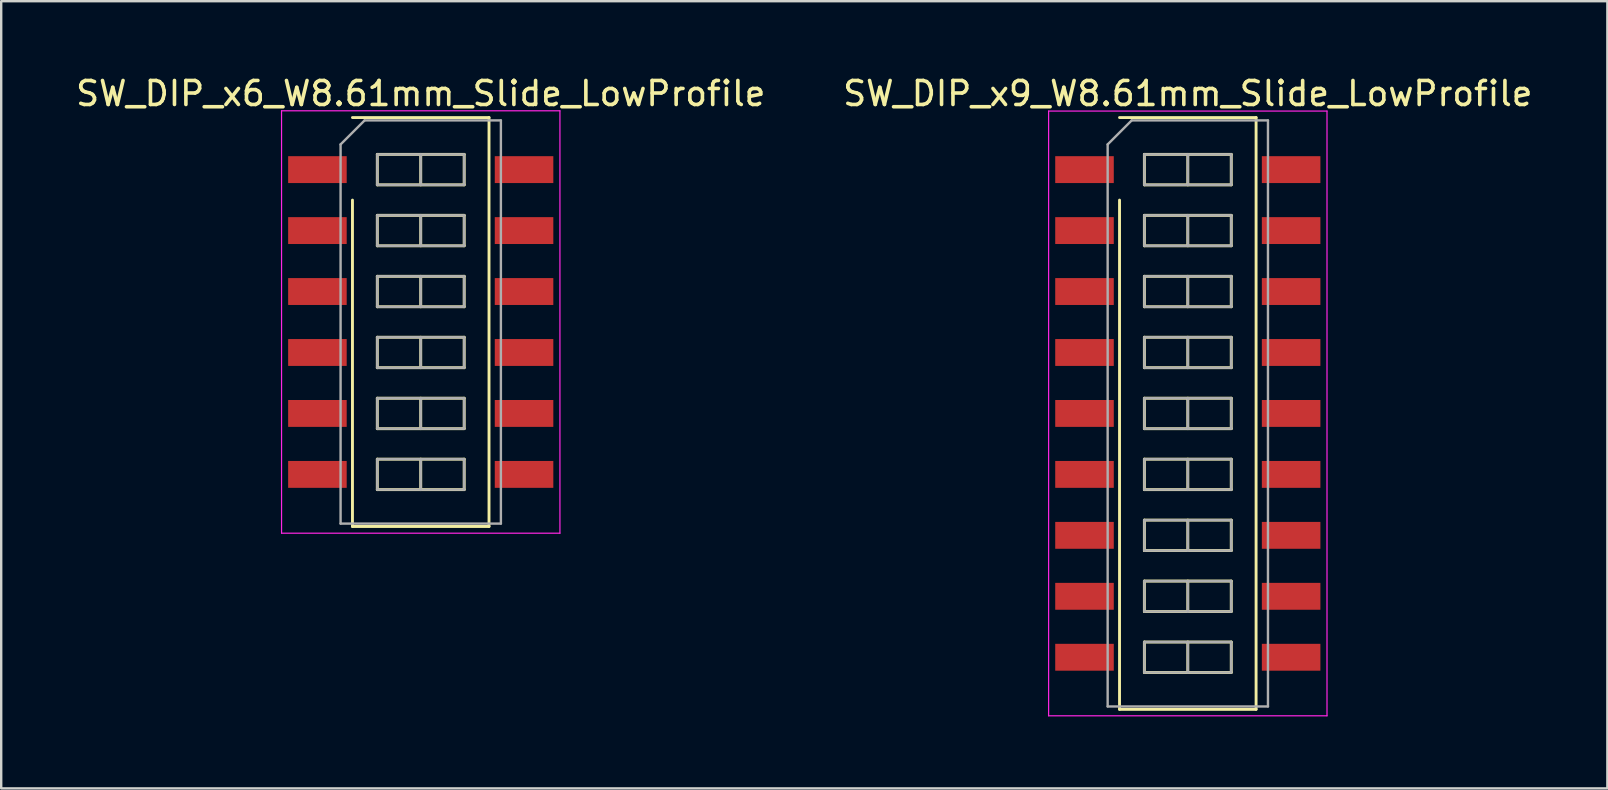
<source format=kicad_pcb>
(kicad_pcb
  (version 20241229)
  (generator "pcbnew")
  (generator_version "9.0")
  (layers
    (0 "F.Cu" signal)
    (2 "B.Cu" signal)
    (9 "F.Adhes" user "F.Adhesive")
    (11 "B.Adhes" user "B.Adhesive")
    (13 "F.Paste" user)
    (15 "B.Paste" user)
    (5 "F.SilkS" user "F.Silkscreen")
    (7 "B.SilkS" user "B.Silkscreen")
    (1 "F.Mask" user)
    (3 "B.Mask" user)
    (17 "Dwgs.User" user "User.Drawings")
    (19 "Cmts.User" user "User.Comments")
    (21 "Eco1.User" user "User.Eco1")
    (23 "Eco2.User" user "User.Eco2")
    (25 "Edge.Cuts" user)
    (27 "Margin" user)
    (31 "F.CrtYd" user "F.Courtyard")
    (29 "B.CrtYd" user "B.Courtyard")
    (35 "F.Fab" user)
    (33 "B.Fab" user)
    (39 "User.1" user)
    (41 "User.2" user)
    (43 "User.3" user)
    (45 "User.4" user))
  (footprint "SW_DIP_x6_W8.61mm_Slide_LowProfile"
    (layer "F.Cu")
    (at 14.482 10.368)
    (property "Reference" "SW_DIP_x6_W8.61mm_Slide_LowProfile" (at 0 -9.52 0) (layer "F.SilkS") (effects (font (size 1 1) (thickness 0.15))))
    (attr smd)
    (fp_line (start -2.845 -8.52) (end 2.845 -8.52) (stroke (width 0.12) (type solid)) (layer "F.SilkS"))
    (fp_line (start -2.845 8.52) (end -2.845 -5.08) (stroke (width 0.12) (type solid)) (layer "F.SilkS"))
    (fp_line (start -1.81 -6.985) (end -1.81 -5.715) (stroke (width 0.12) (type solid)) (layer "F.SilkS"))
    (fp_line (start -1.81 -5.715) (end 1.81 -5.715) (stroke (width 0.12) (type solid)) (layer "F.SilkS"))
    (fp_line (start -1.81 -4.445) (end -1.81 -3.175) (stroke (width 0.12) (type solid)) (layer "F.SilkS"))
    (fp_line (start -1.81 -3.175) (end 1.81 -3.175) (stroke (width 0.12) (type solid)) (layer "F.SilkS"))
    (fp_line (start -1.81 -1.905) (end -1.81 -0.635) (stroke (width 0.12) (type solid)) (layer "F.SilkS"))
    (fp_line (start -1.81 -0.635) (end 1.81 -0.635) (stroke (width 0.12) (type solid)) (layer "F.SilkS"))
    (fp_line (start -1.81 0.635) (end -1.81 1.905) (stroke (width 0.12) (type solid)) (layer "F.SilkS"))
    (fp_line (start -1.81 1.905) (end 1.81 1.905) (stroke (width 0.12) (type solid)) (layer "F.SilkS"))
    (fp_line (start -1.81 3.175) (end -1.81 4.445) (stroke (width 0.12) (type solid)) (layer "F.SilkS"))
    (fp_line (start -1.81 4.445) (end 1.81 4.445) (stroke (width 0.12) (type solid)) (layer "F.SilkS"))
    (fp_line (start -1.81 5.715) (end -1.81 6.985) (stroke (width 0.12) (type solid)) (layer "F.SilkS"))
    (fp_line (start -1.81 6.985) (end 1.81 6.985) (stroke (width 0.12) (type solid)) (layer "F.SilkS"))
    (fp_line (start 0 -6.985) (end 0 -5.715) (stroke (width 0.12) (type solid)) (layer "F.SilkS"))
    (fp_line (start 0 -4.445) (end 0 -3.175) (stroke (width 0.12) (type solid)) (layer "F.SilkS"))
    (fp_line (start 0 -1.905) (end 0 -0.635) (stroke (width 0.12) (type solid)) (layer "F.SilkS"))
    (fp_line (start 0 0.635) (end 0 1.905) (stroke (width 0.12) (type solid)) (layer "F.SilkS"))
    (fp_line (start 0 3.175) (end 0 4.445) (stroke (width 0.12) (type solid)) (layer "F.SilkS"))
    (fp_line (start 0 5.715) (end 0 6.985) (stroke (width 0.12) (type solid)) (layer "F.SilkS"))
    (fp_line (start 1.81 -6.985) (end -1.81 -6.985) (stroke (width 0.12) (type solid)) (layer "F.SilkS"))
    (fp_line (start 1.81 -5.715) (end 1.81 -6.985) (stroke (width 0.12) (type solid)) (layer "F.SilkS"))
    (fp_line (start 1.81 -4.445) (end -1.81 -4.445) (stroke (width 0.12) (type solid)) (layer "F.SilkS"))
    (fp_line (start 1.81 -3.175) (end 1.81 -4.445) (stroke (width 0.12) (type solid)) (layer "F.SilkS"))
    (fp_line (start 1.81 -1.905) (end -1.81 -1.905) (stroke (width 0.12) (type solid)) (layer "F.SilkS"))
    (fp_line (start 1.81 -0.635) (end 1.81 -1.905) (stroke (width 0.12) (type solid)) (layer "F.SilkS"))
    (fp_line (start 1.81 0.635) (end -1.81 0.635) (stroke (width 0.12) (type solid)) (layer "F.SilkS"))
    (fp_line (start 1.81 1.905) (end 1.81 0.635) (stroke (width 0.12) (type solid)) (layer "F.SilkS"))
    (fp_line (start 1.81 3.175) (end -1.81 3.175) (stroke (width 0.12) (type solid)) (layer "F.SilkS"))
    (fp_line (start 1.81 4.445) (end 1.81 3.175) (stroke (width 0.12) (type solid)) (layer "F.SilkS"))
    (fp_line (start 1.81 5.715) (end -1.81 5.715) (stroke (width 0.12) (type solid)) (layer "F.SilkS"))
    (fp_line (start 1.81 6.985) (end 1.81 5.715) (stroke (width 0.12) (type solid)) (layer "F.SilkS"))
    (fp_line (start 2.845 -8.52) (end 2.845 8.52) (stroke (width 0.12) (type solid)) (layer "F.SilkS"))
    (fp_line (start 2.845 8.52) (end -2.845 8.52) (stroke (width 0.12) (type solid)) (layer "F.SilkS"))
    (fp_line (start -5.8 -8.8) (end -5.8 8.8) (stroke (width 0.05) (type solid)) (layer "F.CrtYd"))
    (fp_line (start -5.8 8.8) (end 5.8 8.8) (stroke (width 0.05) (type solid)) (layer "F.CrtYd"))
    (fp_line (start 5.8 -8.8) (end -5.8 -8.8) (stroke (width 0.05) (type solid)) (layer "F.CrtYd"))
    (fp_line (start 5.8 8.8) (end 5.8 -8.8) (stroke (width 0.05) (type solid)) (layer "F.CrtYd"))
    (fp_line (start -3.34 -7.4) (end -2.34 -8.4) (stroke (width 0.1) (type solid)) (layer "F.Fab"))
    (fp_line (start -3.34 8.4) (end -3.34 -7.4) (stroke (width 0.1) (type solid)) (layer "F.Fab"))
    (fp_line (start -2.34 -8.4) (end 3.34 -8.4) (stroke (width 0.1) (type solid)) (layer "F.Fab"))
    (fp_line (start -1.81 -6.985) (end -1.81 -5.715) (stroke (width 0.1) (type solid)) (layer "F.Fab"))
    (fp_line (start -1.81 -5.715) (end 1.81 -5.715) (stroke (width 0.1) (type solid)) (layer "F.Fab"))
    (fp_line (start -1.81 -4.445) (end -1.81 -3.175) (stroke (width 0.1) (type solid)) (layer "F.Fab"))
    (fp_line (start -1.81 -3.175) (end 1.81 -3.175) (stroke (width 0.1) (type solid)) (layer "F.Fab"))
    (fp_line (start -1.81 -1.905) (end -1.81 -0.635) (stroke (width 0.1) (type solid)) (layer "F.Fab"))
    (fp_line (start -1.81 -0.635) (end 1.81 -0.635) (stroke (width 0.1) (type solid)) (layer "F.Fab"))
    (fp_line (start -1.81 0.635) (end -1.81 1.905) (stroke (width 0.1) (type solid)) (layer "F.Fab"))
    (fp_line (start -1.81 1.905) (end 1.81 1.905) (stroke (width 0.1) (type solid)) (layer "F.Fab"))
    (fp_line (start -1.81 3.175) (end -1.81 4.445) (stroke (width 0.1) (type solid)) (layer "F.Fab"))
    (fp_line (start -1.81 4.445) (end 1.81 4.445) (stroke (width 0.1) (type solid)) (layer "F.Fab"))
    (fp_line (start -1.81 5.715) (end -1.81 6.985) (stroke (width 0.1) (type solid)) (layer "F.Fab"))
    (fp_line (start -1.81 6.985) (end 1.81 6.985) (stroke (width 0.1) (type solid)) (layer "F.Fab"))
    (fp_line (start 0 -6.985) (end 0 -5.715) (stroke (width 0.1) (type solid)) (layer "F.Fab"))
    (fp_line (start 0 -4.445) (end 0 -3.175) (stroke (width 0.1) (type solid)) (layer "F.Fab"))
    (fp_line (start 0 -1.905) (end 0 -0.635) (stroke (width 0.1) (type solid)) (layer "F.Fab"))
    (fp_line (start 0 0.635) (end 0 1.905) (stroke (width 0.1) (type solid)) (layer "F.Fab"))
    (fp_line (start 0 3.175) (end 0 4.445) (stroke (width 0.1) (type solid)) (layer "F.Fab"))
    (fp_line (start 0 5.715) (end 0 6.985) (stroke (width 0.1) (type solid)) (layer "F.Fab"))
    (fp_line (start 1.81 -6.985) (end -1.81 -6.985) (stroke (width 0.1) (type solid)) (layer "F.Fab"))
    (fp_line (start 1.81 -5.715) (end 1.81 -6.985) (stroke (width 0.1) (type solid)) (layer "F.Fab"))
    (fp_line (start 1.81 -4.445) (end -1.81 -4.445) (stroke (width 0.1) (type solid)) (layer "F.Fab"))
    (fp_line (start 1.81 -3.175) (end 1.81 -4.445) (stroke (width 0.1) (type solid)) (layer "F.Fab"))
    (fp_line (start 1.81 -1.905) (end -1.81 -1.905) (stroke (width 0.1) (type solid)) (layer "F.Fab"))
    (fp_line (start 1.81 -0.635) (end 1.81 -1.905) (stroke (width 0.1) (type solid)) (layer "F.Fab"))
    (fp_line (start 1.81 0.635) (end -1.81 0.635) (stroke (width 0.1) (type solid)) (layer "F.Fab"))
    (fp_line (start 1.81 1.905) (end 1.81 0.635) (stroke (width 0.1) (type solid)) (layer "F.Fab"))
    (fp_line (start 1.81 3.175) (end -1.81 3.175) (stroke (width 0.1) (type solid)) (layer "F.Fab"))
    (fp_line (start 1.81 4.445) (end 1.81 3.175) (stroke (width 0.1) (type solid)) (layer "F.Fab"))
    (fp_line (start 1.81 5.715) (end -1.81 5.715) (stroke (width 0.1) (type solid)) (layer "F.Fab"))
    (fp_line (start 1.81 6.985) (end 1.81 5.715) (stroke (width 0.1) (type solid)) (layer "F.Fab"))
    (fp_line (start 3.34 -8.4) (end 3.34 8.4) (stroke (width 0.1) (type solid)) (layer "F.Fab"))
    (fp_line (start 3.34 8.4) (end -3.34 8.4) (stroke (width 0.1) (type solid)) (layer "F.Fab"))
    (pad "1" smd rect (at -4.305 -6.35) (size 2.44 1.12) (layers "F.Cu" "F.Mask"))
    (pad "2" smd rect (at -4.305 -3.81) (size 2.44 1.12) (layers "F.Cu" "F.Mask"))
    (pad "3" smd rect (at -4.305 -1.27) (size 2.44 1.12) (layers "F.Cu" "F.Mask"))
    (pad "4" smd rect (at -4.305 1.27) (size 2.44 1.12) (layers "F.Cu" "F.Mask"))
    (pad "5" smd rect (at -4.305 3.81) (size 2.44 1.12) (layers "F.Cu" "F.Mask"))
    (pad "6" smd rect (at -4.305 6.35) (size 2.44 1.12) (layers "F.Cu" "F.Mask"))
    (pad "7" smd rect (at 4.305 6.35) (size 2.44 1.12) (layers "F.Cu" "F.Mask"))
    (pad "8" smd rect (at 4.305 3.81) (size 2.44 1.12) (layers "F.Cu" "F.Mask"))
    (pad "9" smd rect (at 4.305 1.27) (size 2.44 1.12) (layers "F.Cu" "F.Mask"))
    (pad "10" smd rect (at 4.305 -1.27) (size 2.44 1.12) (layers "F.Cu" "F.Mask"))
    (pad "11" smd rect (at 4.305 -3.81) (size 2.44 1.12) (layers "F.Cu" "F.Mask"))
    (pad "12" smd rect (at 4.305 -6.35) (size 2.44 1.12) (layers "F.Cu" "F.Mask")))
  (footprint "SW_DIP_x9_W8.61mm_Slide_LowProfile"
    (layer "F.Cu")
    (at 46.446 14.178)
    (property "Reference" "SW_DIP_x9_W8.61mm_Slide_LowProfile" (at 0 -13.33 0) (layer "F.SilkS") (effects (font (size 1 1) (thickness 0.15))))
    (attr smd)
    (fp_line (start -2.845 -12.33) (end 2.845 -12.33) (stroke (width 0.12) (type solid)) (layer "F.SilkS"))
    (fp_line (start -2.845 12.33) (end -2.845 -8.89) (stroke (width 0.12) (type solid)) (layer "F.SilkS"))
    (fp_line (start -1.81 -10.795) (end -1.81 -9.525) (stroke (width 0.12) (type solid)) (layer "F.SilkS"))
    (fp_line (start -1.81 -9.525) (end 1.81 -9.525) (stroke (width 0.12) (type solid)) (layer "F.SilkS"))
    (fp_line (start -1.81 -8.255) (end -1.81 -6.985) (stroke (width 0.12) (type solid)) (layer "F.SilkS"))
    (fp_line (start -1.81 -6.985) (end 1.81 -6.985) (stroke (width 0.12) (type solid)) (layer "F.SilkS"))
    (fp_line (start -1.81 -5.715) (end -1.81 -4.445) (stroke (width 0.12) (type solid)) (layer "F.SilkS"))
    (fp_line (start -1.81 -4.445) (end 1.81 -4.445) (stroke (width 0.12) (type solid)) (layer "F.SilkS"))
    (fp_line (start -1.81 -3.175) (end -1.81 -1.905) (stroke (width 0.12) (type solid)) (layer "F.SilkS"))
    (fp_line (start -1.81 -1.905) (end 1.81 -1.905) (stroke (width 0.12) (type solid)) (layer "F.SilkS"))
    (fp_line (start -1.81 -0.635) (end -1.81 0.635) (stroke (width 0.12) (type solid)) (layer "F.SilkS"))
    (fp_line (start -1.81 0.635) (end 1.81 0.635) (stroke (width 0.12) (type solid)) (layer "F.SilkS"))
    (fp_line (start -1.81 1.905) (end -1.81 3.175) (stroke (width 0.12) (type solid)) (layer "F.SilkS"))
    (fp_line (start -1.81 3.175) (end 1.81 3.175) (stroke (width 0.12) (type solid)) (layer "F.SilkS"))
    (fp_line (start -1.81 4.445) (end -1.81 5.715) (stroke (width 0.12) (type solid)) (layer "F.SilkS"))
    (fp_line (start -1.81 5.715) (end 1.81 5.715) (stroke (width 0.12) (type solid)) (layer "F.SilkS"))
    (fp_line (start -1.81 6.985) (end -1.81 8.255) (stroke (width 0.12) (type solid)) (layer "F.SilkS"))
    (fp_line (start -1.81 8.255) (end 1.81 8.255) (stroke (width 0.12) (type solid)) (layer "F.SilkS"))
    (fp_line (start -1.81 9.525) (end -1.81 10.795) (stroke (width 0.12) (type solid)) (layer "F.SilkS"))
    (fp_line (start -1.81 10.795) (end 1.81 10.795) (stroke (width 0.12) (type solid)) (layer "F.SilkS"))
    (fp_line (start 0 -10.795) (end 0 -9.525) (stroke (width 0.12) (type solid)) (layer "F.SilkS"))
    (fp_line (start 0 -8.255) (end 0 -6.985) (stroke (width 0.12) (type solid)) (layer "F.SilkS"))
    (fp_line (start 0 -5.715) (end 0 -4.445) (stroke (width 0.12) (type solid)) (layer "F.SilkS"))
    (fp_line (start 0 -3.175) (end 0 -1.905) (stroke (width 0.12) (type solid)) (layer "F.SilkS"))
    (fp_line (start 0 -0.635) (end 0 0.635) (stroke (width 0.12) (type solid)) (layer "F.SilkS"))
    (fp_line (start 0 1.905) (end 0 3.175) (stroke (width 0.12) (type solid)) (layer "F.SilkS"))
    (fp_line (start 0 4.445) (end 0 5.715) (stroke (width 0.12) (type solid)) (layer "F.SilkS"))
    (fp_line (start 0 6.985) (end 0 8.255) (stroke (width 0.12) (type solid)) (layer "F.SilkS"))
    (fp_line (start 0 9.525) (end 0 10.795) (stroke (width 0.12) (type solid)) (layer "F.SilkS"))
    (fp_line (start 1.81 -10.795) (end -1.81 -10.795) (stroke (width 0.12) (type solid)) (layer "F.SilkS"))
    (fp_line (start 1.81 -9.525) (end 1.81 -10.795) (stroke (width 0.12) (type solid)) (layer "F.SilkS"))
    (fp_line (start 1.81 -8.255) (end -1.81 -8.255) (stroke (width 0.12) (type solid)) (layer "F.SilkS"))
    (fp_line (start 1.81 -6.985) (end 1.81 -8.255) (stroke (width 0.12) (type solid)) (layer "F.SilkS"))
    (fp_line (start 1.81 -5.715) (end -1.81 -5.715) (stroke (width 0.12) (type solid)) (layer "F.SilkS"))
    (fp_line (start 1.81 -4.445) (end 1.81 -5.715) (stroke (width 0.12) (type solid)) (layer "F.SilkS"))
    (fp_line (start 1.81 -3.175) (end -1.81 -3.175) (stroke (width 0.12) (type solid)) (layer "F.SilkS"))
    (fp_line (start 1.81 -1.905) (end 1.81 -3.175) (stroke (width 0.12) (type solid)) (layer "F.SilkS"))
    (fp_line (start 1.81 -0.635) (end -1.81 -0.635) (stroke (width 0.12) (type solid)) (layer "F.SilkS"))
    (fp_line (start 1.81 0.635) (end 1.81 -0.635) (stroke (width 0.12) (type solid)) (layer "F.SilkS"))
    (fp_line (start 1.81 1.905) (end -1.81 1.905) (stroke (width 0.12) (type solid)) (layer "F.SilkS"))
    (fp_line (start 1.81 3.175) (end 1.81 1.905) (stroke (width 0.12) (type solid)) (layer "F.SilkS"))
    (fp_line (start 1.81 4.445) (end -1.81 4.445) (stroke (width 0.12) (type solid)) (layer "F.SilkS"))
    (fp_line (start 1.81 5.715) (end 1.81 4.445) (stroke (width 0.12) (type solid)) (layer "F.SilkS"))
    (fp_line (start 1.81 6.985) (end -1.81 6.985) (stroke (width 0.12) (type solid)) (layer "F.SilkS"))
    (fp_line (start 1.81 8.255) (end 1.81 6.985) (stroke (width 0.12) (type solid)) (layer "F.SilkS"))
    (fp_line (start 1.81 9.525) (end -1.81 9.525) (stroke (width 0.12) (type solid)) (layer "F.SilkS"))
    (fp_line (start 1.81 10.795) (end 1.81 9.525) (stroke (width 0.12) (type solid)) (layer "F.SilkS"))
    (fp_line (start 2.845 -12.33) (end 2.845 12.33) (stroke (width 0.12) (type solid)) (layer "F.SilkS"))
    (fp_line (start 2.845 12.33) (end -2.845 12.33) (stroke (width 0.12) (type solid)) (layer "F.SilkS"))
    (fp_line (start -5.8 -12.6) (end -5.8 12.6) (stroke (width 0.05) (type solid)) (layer "F.CrtYd"))
    (fp_line (start -5.8 12.6) (end 5.8 12.6) (stroke (width 0.05) (type solid)) (layer "F.CrtYd"))
    (fp_line (start 5.8 -12.6) (end -5.8 -12.6) (stroke (width 0.05) (type solid)) (layer "F.CrtYd"))
    (fp_line (start 5.8 12.6) (end 5.8 -12.6) (stroke (width 0.05) (type solid)) (layer "F.CrtYd"))
    (fp_line (start -3.34 -11.21) (end -2.34 -12.21) (stroke (width 0.1) (type solid)) (layer "F.Fab"))
    (fp_line (start -3.34 12.21) (end -3.34 -11.21) (stroke (width 0.1) (type solid)) (layer "F.Fab"))
    (fp_line (start -2.34 -12.21) (end 3.34 -12.21) (stroke (width 0.1) (type solid)) (layer "F.Fab"))
    (fp_line (start -1.81 -10.795) (end -1.81 -9.525) (stroke (width 0.1) (type solid)) (layer "F.Fab"))
    (fp_line (start -1.81 -9.525) (end 1.81 -9.525) (stroke (width 0.1) (type solid)) (layer "F.Fab"))
    (fp_line (start -1.81 -8.255) (end -1.81 -6.985) (stroke (width 0.1) (type solid)) (layer "F.Fab"))
    (fp_line (start -1.81 -6.985) (end 1.81 -6.985) (stroke (width 0.1) (type solid)) (layer "F.Fab"))
    (fp_line (start -1.81 -5.715) (end -1.81 -4.445) (stroke (width 0.1) (type solid)) (layer "F.Fab"))
    (fp_line (start -1.81 -4.445) (end 1.81 -4.445) (stroke (width 0.1) (type solid)) (layer "F.Fab"))
    (fp_line (start -1.81 -3.175) (end -1.81 -1.905) (stroke (width 0.1) (type solid)) (layer "F.Fab"))
    (fp_line (start -1.81 -1.905) (end 1.81 -1.905) (stroke (width 0.1) (type solid)) (layer "F.Fab"))
    (fp_line (start -1.81 -0.635) (end -1.81 0.635) (stroke (width 0.1) (type solid)) (layer "F.Fab"))
    (fp_line (start -1.81 0.635) (end 1.81 0.635) (stroke (width 0.1) (type solid)) (layer "F.Fab"))
    (fp_line (start -1.81 1.905) (end -1.81 3.175) (stroke (width 0.1) (type solid)) (layer "F.Fab"))
    (fp_line (start -1.81 3.175) (end 1.81 3.175) (stroke (width 0.1) (type solid)) (layer "F.Fab"))
    (fp_line (start -1.81 4.445) (end -1.81 5.715) (stroke (width 0.1) (type solid)) (layer "F.Fab"))
    (fp_line (start -1.81 5.715) (end 1.81 5.715) (stroke (width 0.1) (type solid)) (layer "F.Fab"))
    (fp_line (start -1.81 6.985) (end -1.81 8.255) (stroke (width 0.1) (type solid)) (layer "F.Fab"))
    (fp_line (start -1.81 8.255) (end 1.81 8.255) (stroke (width 0.1) (type solid)) (layer "F.Fab"))
    (fp_line (start -1.81 9.525) (end -1.81 10.795) (stroke (width 0.1) (type solid)) (layer "F.Fab"))
    (fp_line (start -1.81 10.795) (end 1.81 10.795) (stroke (width 0.1) (type solid)) (layer "F.Fab"))
    (fp_line (start 0 -10.795) (end 0 -9.525) (stroke (width 0.1) (type solid)) (layer "F.Fab"))
    (fp_line (start 0 -8.255) (end 0 -6.985) (stroke (width 0.1) (type solid)) (layer "F.Fab"))
    (fp_line (start 0 -5.715) (end 0 -4.445) (stroke (width 0.1) (type solid)) (layer "F.Fab"))
    (fp_line (start 0 -3.175) (end 0 -1.905) (stroke (width 0.1) (type solid)) (layer "F.Fab"))
    (fp_line (start 0 -0.635) (end 0 0.635) (stroke (width 0.1) (type solid)) (layer "F.Fab"))
    (fp_line (start 0 1.905) (end 0 3.175) (stroke (width 0.1) (type solid)) (layer "F.Fab"))
    (fp_line (start 0 4.445) (end 0 5.715) (stroke (width 0.1) (type solid)) (layer "F.Fab"))
    (fp_line (start 0 6.985) (end 0 8.255) (stroke (width 0.1) (type solid)) (layer "F.Fab"))
    (fp_line (start 0 9.525) (end 0 10.795) (stroke (width 0.1) (type solid)) (layer "F.Fab"))
    (fp_line (start 1.81 -10.795) (end -1.81 -10.795) (stroke (width 0.1) (type solid)) (layer "F.Fab"))
    (fp_line (start 1.81 -9.525) (end 1.81 -10.795) (stroke (width 0.1) (type solid)) (layer "F.Fab"))
    (fp_line (start 1.81 -8.255) (end -1.81 -8.255) (stroke (width 0.1) (type solid)) (layer "F.Fab"))
    (fp_line (start 1.81 -6.985) (end 1.81 -8.255) (stroke (width 0.1) (type solid)) (layer "F.Fab"))
    (fp_line (start 1.81 -5.715) (end -1.81 -5.715) (stroke (width 0.1) (type solid)) (layer "F.Fab"))
    (fp_line (start 1.81 -4.445) (end 1.81 -5.715) (stroke (width 0.1) (type solid)) (layer "F.Fab"))
    (fp_line (start 1.81 -3.175) (end -1.81 -3.175) (stroke (width 0.1) (type solid)) (layer "F.Fab"))
    (fp_line (start 1.81 -1.905) (end 1.81 -3.175) (stroke (width 0.1) (type solid)) (layer "F.Fab"))
    (fp_line (start 1.81 -0.635) (end -1.81 -0.635) (stroke (width 0.1) (type solid)) (layer "F.Fab"))
    (fp_line (start 1.81 0.635) (end 1.81 -0.635) (stroke (width 0.1) (type solid)) (layer "F.Fab"))
    (fp_line (start 1.81 1.905) (end -1.81 1.905) (stroke (width 0.1) (type solid)) (layer "F.Fab"))
    (fp_line (start 1.81 3.175) (end 1.81 1.905) (stroke (width 0.1) (type solid)) (layer "F.Fab"))
    (fp_line (start 1.81 4.445) (end -1.81 4.445) (stroke (width 0.1) (type solid)) (layer "F.Fab"))
    (fp_line (start 1.81 5.715) (end 1.81 4.445) (stroke (width 0.1) (type solid)) (layer "F.Fab"))
    (fp_line (start 1.81 6.985) (end -1.81 6.985) (stroke (width 0.1) (type solid)) (layer "F.Fab"))
    (fp_line (start 1.81 8.255) (end 1.81 6.985) (stroke (width 0.1) (type solid)) (layer "F.Fab"))
    (fp_line (start 1.81 9.525) (end -1.81 9.525) (stroke (width 0.1) (type solid)) (layer "F.Fab"))
    (fp_line (start 1.81 10.795) (end 1.81 9.525) (stroke (width 0.1) (type solid)) (layer "F.Fab"))
    (fp_line (start 3.34 -12.21) (end 3.34 12.21) (stroke (width 0.1) (type solid)) (layer "F.Fab"))
    (fp_line (start 3.34 12.21) (end -3.34 12.21) (stroke (width 0.1) (type solid)) (layer "F.Fab"))
    (pad "1" smd rect (at -4.305 -10.16) (size 2.44 1.12) (layers "F.Cu" "F.Mask"))
    (pad "2" smd rect (at -4.305 -7.62) (size 2.44 1.12) (layers "F.Cu" "F.Mask"))
    (pad "3" smd rect (at -4.305 -5.08) (size 2.44 1.12) (layers "F.Cu" "F.Mask"))
    (pad "4" smd rect (at -4.305 -2.54) (size 2.44 1.12) (layers "F.Cu" "F.Mask"))
    (pad "5" smd rect (at -4.305 0) (size 2.44 1.12) (layers "F.Cu" "F.Mask"))
    (pad "6" smd rect (at -4.305 2.54) (size 2.44 1.12) (layers "F.Cu" "F.Mask"))
    (pad "7" smd rect (at -4.305 5.08) (size 2.44 1.12) (layers "F.Cu" "F.Mask"))
    (pad "8" smd rect (at -4.305 7.62) (size 2.44 1.12) (layers "F.Cu" "F.Mask"))
    (pad "9" smd rect (at -4.305 10.16) (size 2.44 1.12) (layers "F.Cu" "F.Mask"))
    (pad "10" smd rect (at 4.305 10.16) (size 2.44 1.12) (layers "F.Cu" "F.Mask"))
    (pad "11" smd rect (at 4.305 7.62) (size 2.44 1.12) (layers "F.Cu" "F.Mask"))
    (pad "12" smd rect (at 4.305 5.08) (size 2.44 1.12) (layers "F.Cu" "F.Mask"))
    (pad "13" smd rect (at 4.305 2.54) (size 2.44 1.12) (layers "F.Cu" "F.Mask"))
    (pad "14" smd rect (at 4.305 0) (size 2.44 1.12) (layers "F.Cu" "F.Mask"))
    (pad "15" smd rect (at 4.305 -2.54) (size 2.44 1.12) (layers "F.Cu" "F.Mask"))
    (pad "16" smd rect (at 4.305 -5.08) (size 2.44 1.12) (layers "F.Cu" "F.Mask"))
    (pad "17" smd rect (at 4.305 -7.62) (size 2.44 1.12) (layers "F.Cu" "F.Mask"))
    (pad "18" smd rect (at 4.305 -10.16) (size 2.44 1.12) (layers "F.Cu" "F.Mask")))
  (gr_rect
    (start -3 -3)
    (end 63.929 29.803)
    (stroke (width 0.1) (type default))
    (fill no)
    (layer "Edge.Cuts")))
</source>
